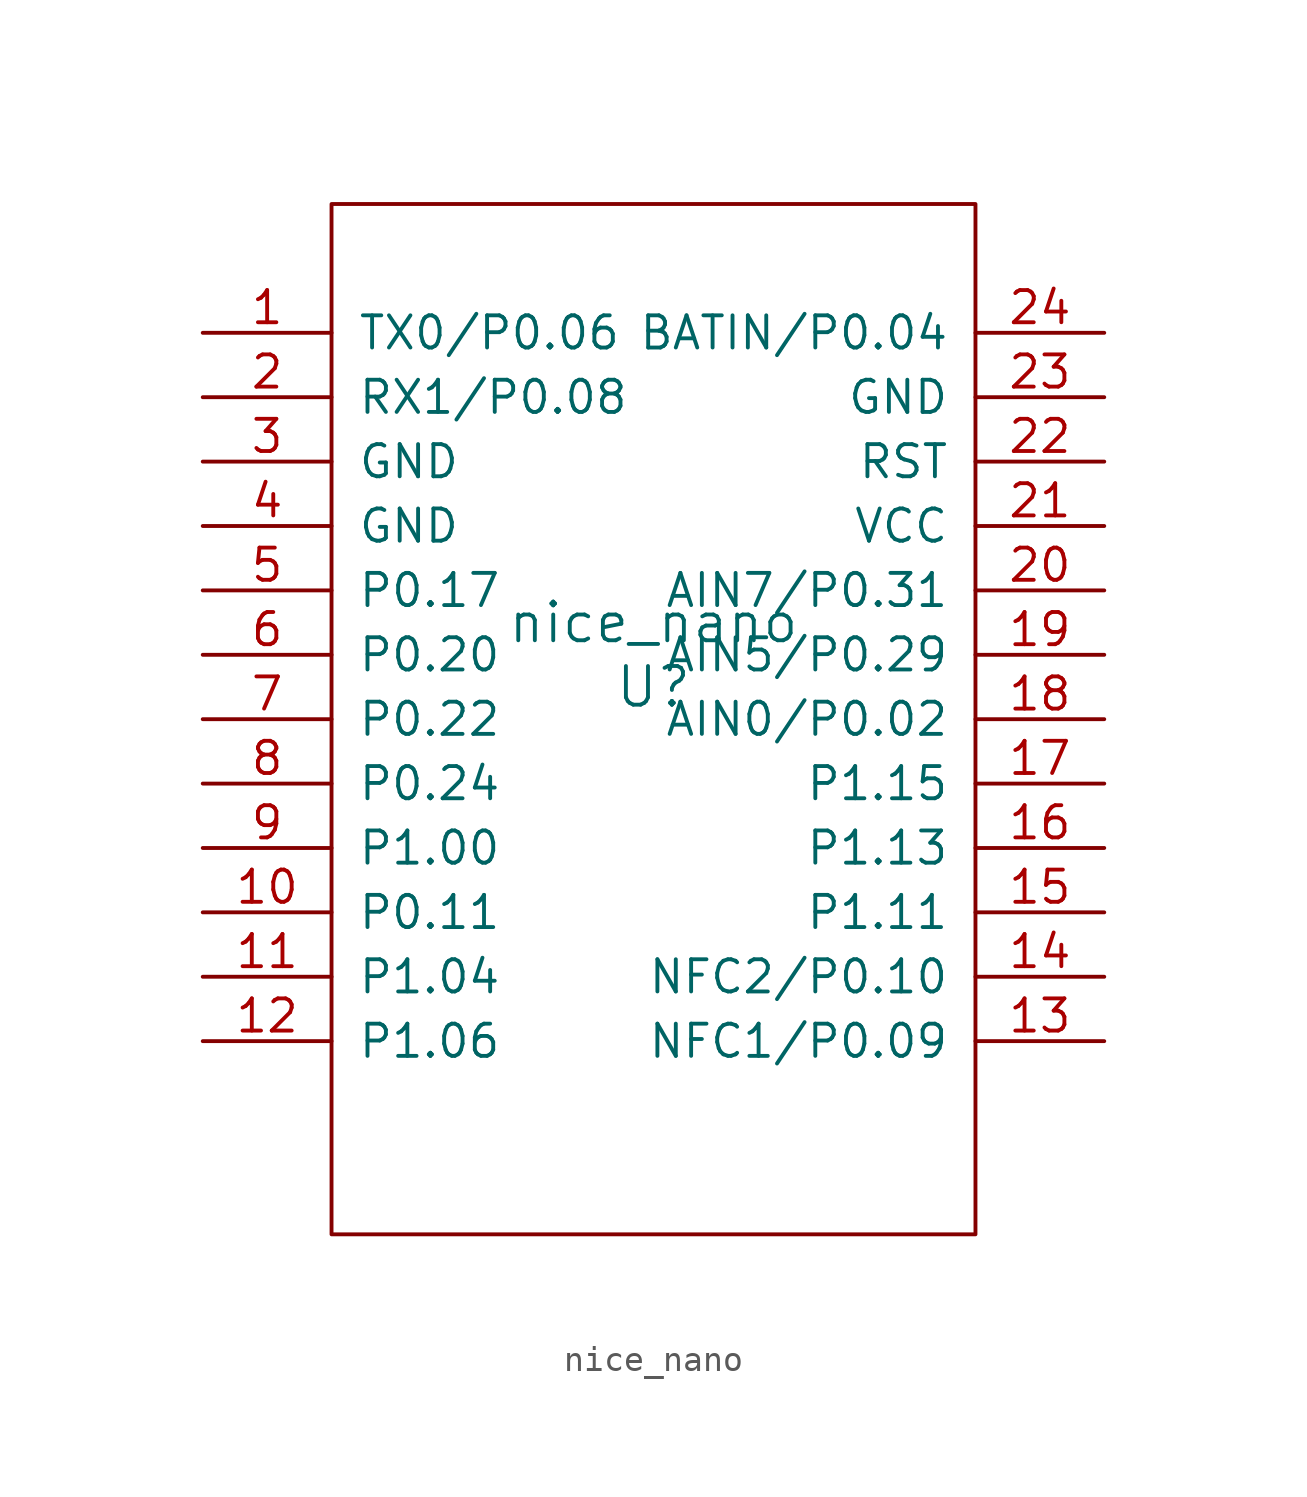
<source format=kicad_sym>
(kicad_symbol_lib
  (version 20241209)
  (generator "kicad_symbol_editor")
  (generator_version "9.0")
  (symbol "nice_nano"
    (pin_names
      (offset 1.016))
    (property "Reference" "U"
      (at 0 0 0)
      (effects (font (size 1.524 1.524))))
    (property "Value" "nice_nano"
      (at 0 2.54 0)
      (effects (font (size 1.524 1.524))))
    (symbol "nice_nano_0_1"
      (rectangle (start -12.7 19.05) (end 12.7 -21.59) (stroke (width 0) (type solid)) (fill (type none))))
    (symbol "nice_nano_1_1"
      (pin input line (at -17.78 13.97 0) (length 5.08) (name "TX0/P0.06" (effects (font (size 1.27 1.27)))) (number "1" (effects (font (size 1.27 1.27)))))
      (pin input line (at -17.78 11.43 0) (length 5.08) (name "RX1/P0.08" (effects (font (size 1.27 1.27)))) (number "2" (effects (font (size 1.27 1.27)))))
      (pin input line (at -17.78 8.89 0) (length 5.08) (name "GND" (effects (font (size 1.27 1.27)))) (number "3" (effects (font (size 1.27 1.27)))))
      (pin input line (at -17.78 6.35 0) (length 5.08) (name "GND" (effects (font (size 1.27 1.27)))) (number "4" (effects (font (size 1.27 1.27)))))
      (pin input line (at -17.78 3.81 0) (length 5.08) (name "P0.17" (effects (font (size 1.27 1.27)))) (number "5" (effects (font (size 1.27 1.27)))))
      (pin input line (at -17.78 1.27 0) (length 5.08) (name "P0.20" (effects (font (size 1.27 1.27)))) (number "6" (effects (font (size 1.27 1.27)))))
      (pin input line (at -17.78 -1.27 0) (length 5.08) (name "P0.22" (effects (font (size 1.27 1.27)))) (number "7" (effects (font (size 1.27 1.27)))))
      (pin input line (at -17.78 -3.81 0) (length 5.08) (name "P0.24" (effects (font (size 1.27 1.27)))) (number "8" (effects (font (size 1.27 1.27)))))
      (pin input line (at -17.78 -6.35 0) (length 5.08) (name "P1.00" (effects (font (size 1.27 1.27)))) (number "9" (effects (font (size 1.27 1.27)))))
      (pin input line (at -17.78 -8.89 0) (length 5.08) (name "P0.11" (effects (font (size 1.27 1.27)))) (number "10" (effects (font (size 1.27 1.27)))))
      (pin input line (at -17.78 -11.43 0) (length 5.08) (name "P1.04" (effects (font (size 1.27 1.27)))) (number "11" (effects (font (size 1.27 1.27)))))
      (pin input line (at -17.78 -13.97 0) (length 5.08) (name "P1.06" (effects (font (size 1.27 1.27)))) (number "12" (effects (font (size 1.27 1.27)))))
      (pin input line (at 17.78 13.97 180) (length 5.08) (name "BATIN/P0.04" (effects (font (size 1.27 1.27)))) (number "24" (effects (font (size 1.27 1.27)))))
      (pin input line (at 17.78 11.43 180) (length 5.08) (name "GND" (effects (font (size 1.27 1.27)))) (number "23" (effects (font (size 1.27 1.27)))))
      (pin input line (at 17.78 8.89 180) (length 5.08) (name "RST" (effects (font (size 1.27 1.27)))) (number "22" (effects (font (size 1.27 1.27)))))
      (pin input line (at 17.78 6.35 180) (length 5.08) (name "VCC" (effects (font (size 1.27 1.27)))) (number "21" (effects (font (size 1.27 1.27)))))
      (pin input line (at 17.78 3.81 180) (length 5.08) (name "AIN7/P0.31" (effects (font (size 1.27 1.27)))) (number "20" (effects (font (size 1.27 1.27)))))
      (pin input line (at 17.78 1.27 180) (length 5.08) (name "AIN5/P0.29" (effects (font (size 1.27 1.27)))) (number "19" (effects (font (size 1.27 1.27)))))
      (pin input line (at 17.78 -1.27 180) (length 5.08) (name "AIN0/P0.02" (effects (font (size 1.27 1.27)))) (number "18" (effects (font (size 1.27 1.27)))))
      (pin input line (at 17.78 -3.81 180) (length 5.08) (name "P1.15" (effects (font (size 1.27 1.27)))) (number "17" (effects (font (size 1.27 1.27)))))
      (pin input line (at 17.78 -6.35 180) (length 5.08) (name "P1.13" (effects (font (size 1.27 1.27)))) (number "16" (effects (font (size 1.27 1.27)))))
      (pin input line (at 17.78 -8.89 180) (length 5.08) (name "P1.11" (effects (font (size 1.27 1.27)))) (number "15" (effects (font (size 1.27 1.27)))))
      (pin input line (at 17.78 -11.43 180) (length 5.08) (name "NFC2/P0.10" (effects (font (size 1.27 1.27)))) (number "14" (effects (font (size 1.27 1.27)))))
      (pin input line (at 17.78 -13.97 180) (length 5.08) (name "NFC1/P0.09" (effects (font (size 1.27 1.27)))) (number "13" (effects (font (size 1.27 1.27))))))))
</source>
